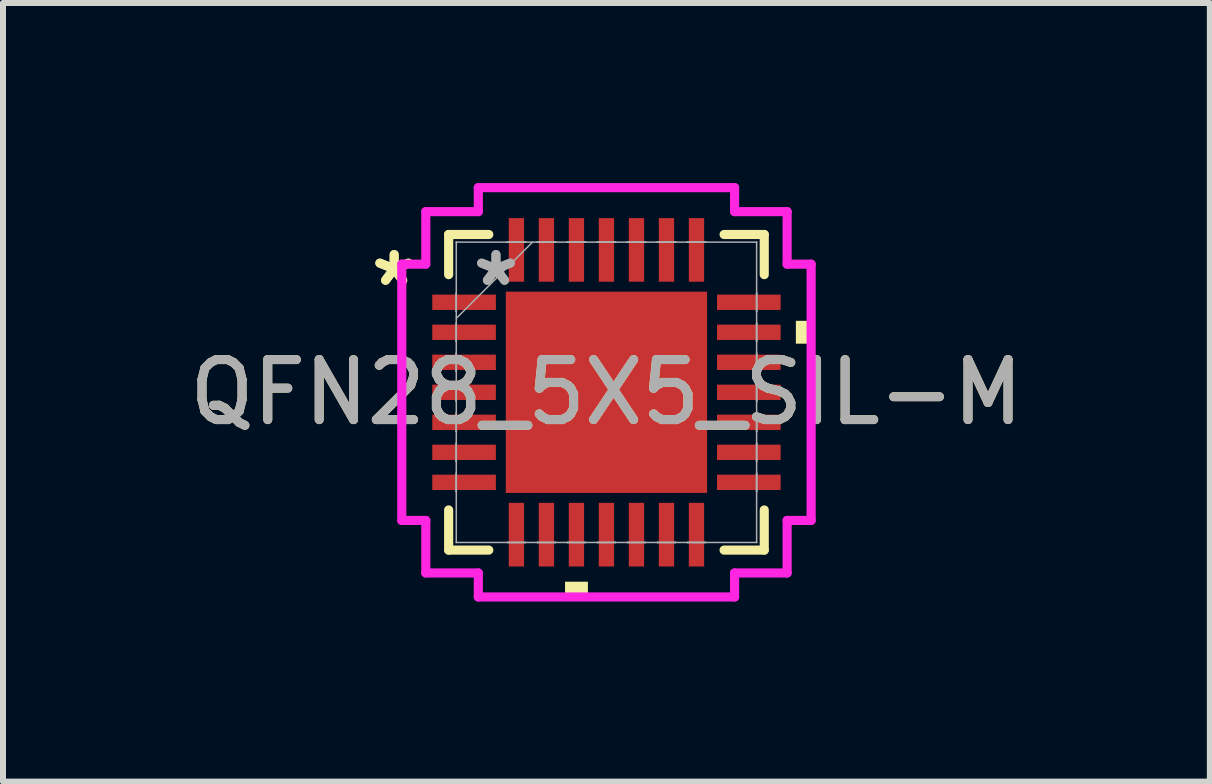
<source format=kicad_pcb>
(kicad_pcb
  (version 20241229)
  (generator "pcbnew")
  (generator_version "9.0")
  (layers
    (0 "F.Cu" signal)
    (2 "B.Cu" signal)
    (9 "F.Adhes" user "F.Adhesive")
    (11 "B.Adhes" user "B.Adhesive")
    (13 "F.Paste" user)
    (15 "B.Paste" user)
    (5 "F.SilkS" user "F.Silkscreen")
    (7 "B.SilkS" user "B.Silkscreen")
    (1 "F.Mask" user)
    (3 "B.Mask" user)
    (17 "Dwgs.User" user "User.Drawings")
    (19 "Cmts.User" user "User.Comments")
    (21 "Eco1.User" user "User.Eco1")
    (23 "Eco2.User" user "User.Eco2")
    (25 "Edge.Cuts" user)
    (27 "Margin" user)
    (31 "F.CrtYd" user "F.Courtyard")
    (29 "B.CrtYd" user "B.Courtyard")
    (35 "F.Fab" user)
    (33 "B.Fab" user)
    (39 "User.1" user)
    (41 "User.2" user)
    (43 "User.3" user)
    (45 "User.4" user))
  (footprint "QFN28_5X5_SIL-M"
    (layer "F.Cu")
    (at 7.054 3.486)
    (property "Reference" "QFN28_5X5_SIL-M" (at 0 0 0) (unlocked yes) (layer "F.SilkS") (effects (font (size 1 1) (thickness 0.15))))
    (attr smd)
    (fp_line (start -2.629 -2.629) (end -2.629 -1.96) (stroke (width 0.152) (type solid)) (layer "F.SilkS"))
    (fp_line (start -2.629 1.96) (end -2.629 2.629) (stroke (width 0.152) (type solid)) (layer "F.SilkS"))
    (fp_line (start -2.629 2.629) (end -1.96 2.629) (stroke (width 0.152) (type solid)) (layer "F.SilkS"))
    (fp_line (start -1.96 -2.629) (end -2.629 -2.629) (stroke (width 0.152) (type solid)) (layer "F.SilkS"))
    (fp_line (start 1.96 2.629) (end 2.629 2.629) (stroke (width 0.152) (type solid)) (layer "F.SilkS"))
    (fp_line (start 2.629 -2.629) (end 1.96 -2.629) (stroke (width 0.152) (type solid)) (layer "F.SilkS"))
    (fp_line (start 2.629 -1.96) (end 2.629 -2.629) (stroke (width 0.152) (type solid)) (layer "F.SilkS"))
    (fp_line (start 2.629 2.629) (end 2.629 1.96) (stroke (width 0.152) (type solid)) (layer "F.SilkS"))
    (fp_poly (pts (xy -0.69 3.156) (xy -0.69 3.41) (xy -0.309 3.41) (xy -0.309 3.156)) (stroke (width 0) (type solid)) (fill yes) (layer "F.SilkS"))
    (fp_poly (pts (xy 3.41 -1.191) (xy 3.41 -0.81) (xy 3.156 -0.81) (xy 3.156 -1.191)) (stroke (width 0) (type solid)) (fill yes) (layer "F.SilkS"))
    (fp_poly (pts (xy -1.576 -1.576) (xy -1.576 -0.1) (xy -0.1 -0.1) (xy -0.1 -1.576)) (stroke (width 0) (type solid)) (fill yes) (layer "F.Paste"))
    (fp_poly (pts (xy -1.576 0.1) (xy -1.576 1.576) (xy -0.1 1.576) (xy -0.1 0.1)) (stroke (width 0) (type solid)) (fill yes) (layer "F.Paste"))
    (fp_poly (pts (xy 0.1 -1.576) (xy 0.1 -0.1) (xy 1.576 -0.1) (xy 1.576 -1.576)) (stroke (width 0) (type solid)) (fill yes) (layer "F.Paste"))
    (fp_poly (pts (xy 0.1 0.1) (xy 0.1 1.576) (xy 1.576 1.576) (xy 1.576 0.1)) (stroke (width 0) (type solid)) (fill yes) (layer "F.Paste"))
    (fp_line (start -3.41 -2.135) (end -3.01 -2.135) (stroke (width 0.152) (type solid)) (layer "F.CrtYd"))
    (fp_line (start -3.41 2.135) (end -3.41 -2.135) (stroke (width 0.152) (type solid)) (layer "F.CrtYd"))
    (fp_line (start -3.01 -3.01) (end -2.135 -3.01) (stroke (width 0.152) (type solid)) (layer "F.CrtYd"))
    (fp_line (start -3.01 -2.135) (end -3.01 -3.01) (stroke (width 0.152) (type solid)) (layer "F.CrtYd"))
    (fp_line (start -3.01 2.135) (end -3.41 2.135) (stroke (width 0.152) (type solid)) (layer "F.CrtYd"))
    (fp_line (start -3.01 3.01) (end -3.01 2.135) (stroke (width 0.152) (type solid)) (layer "F.CrtYd"))
    (fp_line (start -2.135 -3.41) (end 2.135 -3.41) (stroke (width 0.152) (type solid)) (layer "F.CrtYd"))
    (fp_line (start -2.135 -3.01) (end -2.135 -3.41) (stroke (width 0.152) (type solid)) (layer "F.CrtYd"))
    (fp_line (start -2.135 3.01) (end -3.01 3.01) (stroke (width 0.152) (type solid)) (layer "F.CrtYd"))
    (fp_line (start -2.135 3.41) (end -2.135 3.01) (stroke (width 0.152) (type solid)) (layer "F.CrtYd"))
    (fp_line (start 2.135 -3.41) (end 2.135 -3.01) (stroke (width 0.152) (type solid)) (layer "F.CrtYd"))
    (fp_line (start 2.135 -3.01) (end 3.01 -3.01) (stroke (width 0.152) (type solid)) (layer "F.CrtYd"))
    (fp_line (start 2.135 3.01) (end 2.135 3.41) (stroke (width 0.152) (type solid)) (layer "F.CrtYd"))
    (fp_line (start 2.135 3.41) (end -2.135 3.41) (stroke (width 0.152) (type solid)) (layer "F.CrtYd"))
    (fp_line (start 3.01 -3.01) (end 3.01 -2.135) (stroke (width 0.152) (type solid)) (layer "F.CrtYd"))
    (fp_line (start 3.01 -2.135) (end 3.41 -2.135) (stroke (width 0.152) (type solid)) (layer "F.CrtYd"))
    (fp_line (start 3.01 2.135) (end 3.01 3.01) (stroke (width 0.152) (type solid)) (layer "F.CrtYd"))
    (fp_line (start 3.01 3.01) (end 2.135 3.01) (stroke (width 0.152) (type solid)) (layer "F.CrtYd"))
    (fp_line (start 3.41 -2.135) (end 3.41 2.135) (stroke (width 0.152) (type solid)) (layer "F.CrtYd"))
    (fp_line (start 3.41 2.135) (end 3.01 2.135) (stroke (width 0.152) (type solid)) (layer "F.CrtYd"))
    (fp_line (start -2.502 -2.502) (end -2.502 -2.502) (stroke (width 0.025) (type solid)) (layer "F.Fab"))
    (fp_line (start -2.502 -2.502) (end -2.502 2.502) (stroke (width 0.025) (type solid)) (layer "F.Fab"))
    (fp_line (start -2.502 -1.652) (end -2.502 -1.652) (stroke (width 0.025) (type solid)) (layer "F.Fab"))
    (fp_line (start -2.502 -1.652) (end -2.502 -1.348) (stroke (width 0.025) (type solid)) (layer "F.Fab"))
    (fp_line (start -2.502 -1.348) (end -2.502 -1.652) (stroke (width 0.025) (type solid)) (layer "F.Fab"))
    (fp_line (start -2.502 -1.348) (end -2.502 -1.348) (stroke (width 0.025) (type solid)) (layer "F.Fab"))
    (fp_line (start -2.502 -1.232) (end -1.232 -2.502) (stroke (width 0.025) (type solid)) (layer "F.Fab"))
    (fp_line (start -2.502 -1.152) (end -2.502 -1.152) (stroke (width 0.025) (type solid)) (layer "F.Fab"))
    (fp_line (start -2.502 -1.152) (end -2.502 -0.848) (stroke (width 0.025) (type solid)) (layer "F.Fab"))
    (fp_line (start -2.502 -0.848) (end -2.502 -1.152) (stroke (width 0.025) (type solid)) (layer "F.Fab"))
    (fp_line (start -2.502 -0.848) (end -2.502 -0.848) (stroke (width 0.025) (type solid)) (layer "F.Fab"))
    (fp_line (start -2.502 -0.652) (end -2.502 -0.652) (stroke (width 0.025) (type solid)) (layer "F.Fab"))
    (fp_line (start -2.502 -0.652) (end -2.502 -0.348) (stroke (width 0.025) (type solid)) (layer "F.Fab"))
    (fp_line (start -2.502 -0.348) (end -2.502 -0.652) (stroke (width 0.025) (type solid)) (layer "F.Fab"))
    (fp_line (start -2.502 -0.348) (end -2.502 -0.348) (stroke (width 0.025) (type solid)) (layer "F.Fab"))
    (fp_line (start -2.502 -0.152) (end -2.502 -0.152) (stroke (width 0.025) (type solid)) (layer "F.Fab"))
    (fp_line (start -2.502 -0.152) (end -2.502 0.152) (stroke (width 0.025) (type solid)) (layer "F.Fab"))
    (fp_line (start -2.502 0.152) (end -2.502 -0.152) (stroke (width 0.025) (type solid)) (layer "F.Fab"))
    (fp_line (start -2.502 0.152) (end -2.502 0.152) (stroke (width 0.025) (type solid)) (layer "F.Fab"))
    (fp_line (start -2.502 0.348) (end -2.502 0.348) (stroke (width 0.025) (type solid)) (layer "F.Fab"))
    (fp_line (start -2.502 0.348) (end -2.502 0.652) (stroke (width 0.025) (type solid)) (layer "F.Fab"))
    (fp_line (start -2.502 0.652) (end -2.502 0.348) (stroke (width 0.025) (type solid)) (layer "F.Fab"))
    (fp_line (start -2.502 0.652) (end -2.502 0.652) (stroke (width 0.025) (type solid)) (layer "F.Fab"))
    (fp_line (start -2.502 0.848) (end -2.502 0.848) (stroke (width 0.025) (type solid)) (layer "F.Fab"))
    (fp_line (start -2.502 0.848) (end -2.502 1.152) (stroke (width 0.025) (type solid)) (layer "F.Fab"))
    (fp_line (start -2.502 1.152) (end -2.502 0.848) (stroke (width 0.025) (type solid)) (layer "F.Fab"))
    (fp_line (start -2.502 1.152) (end -2.502 1.152) (stroke (width 0.025) (type solid)) (layer "F.Fab"))
    (fp_line (start -2.502 1.348) (end -2.502 1.348) (stroke (width 0.025) (type solid)) (layer "F.Fab"))
    (fp_line (start -2.502 1.348) (end -2.502 1.652) (stroke (width 0.025) (type solid)) (layer "F.Fab"))
    (fp_line (start -2.502 1.652) (end -2.502 1.348) (stroke (width 0.025) (type solid)) (layer "F.Fab"))
    (fp_line (start -2.502 1.652) (end -2.502 1.652) (stroke (width 0.025) (type solid)) (layer "F.Fab"))
    (fp_line (start -2.502 2.502) (end -2.502 2.502) (stroke (width 0.025) (type solid)) (layer "F.Fab"))
    (fp_line (start -2.502 2.502) (end 2.502 2.502) (stroke (width 0.025) (type solid)) (layer "F.Fab"))
    (fp_line (start -1.652 -2.502) (end -1.652 -2.502) (stroke (width 0.025) (type solid)) (layer "F.Fab"))
    (fp_line (start -1.652 -2.502) (end -1.348 -2.502) (stroke (width 0.025) (type solid)) (layer "F.Fab"))
    (fp_line (start -1.652 2.502) (end -1.652 2.502) (stroke (width 0.025) (type solid)) (layer "F.Fab"))
    (fp_line (start -1.652 2.502) (end -1.348 2.502) (stroke (width 0.025) (type solid)) (layer "F.Fab"))
    (fp_line (start -1.348 -2.502) (end -1.652 -2.502) (stroke (width 0.025) (type solid)) (layer "F.Fab"))
    (fp_line (start -1.348 -2.502) (end -1.348 -2.502) (stroke (width 0.025) (type solid)) (layer "F.Fab"))
    (fp_line (start -1.348 2.502) (end -1.652 2.502) (stroke (width 0.025) (type solid)) (layer "F.Fab"))
    (fp_line (start -1.348 2.502) (end -1.348 2.502) (stroke (width 0.025) (type solid)) (layer "F.Fab"))
    (fp_line (start -1.152 -2.502) (end -1.152 -2.502) (stroke (width 0.025) (type solid)) (layer "F.Fab"))
    (fp_line (start -1.152 -2.502) (end -0.848 -2.502) (stroke (width 0.025) (type solid)) (layer "F.Fab"))
    (fp_line (start -1.152 2.502) (end -1.152 2.502) (stroke (width 0.025) (type solid)) (layer "F.Fab"))
    (fp_line (start -1.152 2.502) (end -0.848 2.502) (stroke (width 0.025) (type solid)) (layer "F.Fab"))
    (fp_line (start -0.848 -2.502) (end -1.152 -2.502) (stroke (width 0.025) (type solid)) (layer "F.Fab"))
    (fp_line (start -0.848 -2.502) (end -0.848 -2.502) (stroke (width 0.025) (type solid)) (layer "F.Fab"))
    (fp_line (start -0.848 2.502) (end -1.152 2.502) (stroke (width 0.025) (type solid)) (layer "F.Fab"))
    (fp_line (start -0.848 2.502) (end -0.848 2.502) (stroke (width 0.025) (type solid)) (layer "F.Fab"))
    (fp_line (start -0.652 -2.502) (end -0.652 -2.502) (stroke (width 0.025) (type solid)) (layer "F.Fab"))
    (fp_line (start -0.652 -2.502) (end -0.348 -2.502) (stroke (width 0.025) (type solid)) (layer "F.Fab"))
    (fp_line (start -0.652 2.502) (end -0.652 2.502) (stroke (width 0.025) (type solid)) (layer "F.Fab"))
    (fp_line (start -0.652 2.502) (end -0.348 2.502) (stroke (width 0.025) (type solid)) (layer "F.Fab"))
    (fp_line (start -0.348 -2.502) (end -0.652 -2.502) (stroke (width 0.025) (type solid)) (layer "F.Fab"))
    (fp_line (start -0.348 -2.502) (end -0.348 -2.502) (stroke (width 0.025) (type solid)) (layer "F.Fab"))
    (fp_line (start -0.348 2.502) (end -0.652 2.502) (stroke (width 0.025) (type solid)) (layer "F.Fab"))
    (fp_line (start -0.348 2.502) (end -0.348 2.502) (stroke (width 0.025) (type solid)) (layer "F.Fab"))
    (fp_line (start -0.152 -2.502) (end -0.152 -2.502) (stroke (width 0.025) (type solid)) (layer "F.Fab"))
    (fp_line (start -0.152 -2.502) (end 0.152 -2.502) (stroke (width 0.025) (type solid)) (layer "F.Fab"))
    (fp_line (start -0.152 2.502) (end -0.152 2.502) (stroke (width 0.025) (type solid)) (layer "F.Fab"))
    (fp_line (start -0.152 2.502) (end 0.152 2.502) (stroke (width 0.025) (type solid)) (layer "F.Fab"))
    (fp_line (start 0.152 -2.502) (end -0.152 -2.502) (stroke (width 0.025) (type solid)) (layer "F.Fab"))
    (fp_line (start 0.152 -2.502) (end 0.152 -2.502) (stroke (width 0.025) (type solid)) (layer "F.Fab"))
    (fp_line (start 0.152 2.502) (end -0.152 2.502) (stroke (width 0.025) (type solid)) (layer "F.Fab"))
    (fp_line (start 0.152 2.502) (end 0.152 2.502) (stroke (width 0.025) (type solid)) (layer "F.Fab"))
    (fp_line (start 0.348 -2.502) (end 0.348 -2.502) (stroke (width 0.025) (type solid)) (layer "F.Fab"))
    (fp_line (start 0.348 -2.502) (end 0.652 -2.502) (stroke (width 0.025) (type solid)) (layer "F.Fab"))
    (fp_line (start 0.348 2.502) (end 0.348 2.502) (stroke (width 0.025) (type solid)) (layer "F.Fab"))
    (fp_line (start 0.348 2.502) (end 0.652 2.502) (stroke (width 0.025) (type solid)) (layer "F.Fab"))
    (fp_line (start 0.652 -2.502) (end 0.348 -2.502) (stroke (width 0.025) (type solid)) (layer "F.Fab"))
    (fp_line (start 0.652 -2.502) (end 0.652 -2.502) (stroke (width 0.025) (type solid)) (layer "F.Fab"))
    (fp_line (start 0.652 2.502) (end 0.348 2.502) (stroke (width 0.025) (type solid)) (layer "F.Fab"))
    (fp_line (start 0.652 2.502) (end 0.652 2.502) (stroke (width 0.025) (type solid)) (layer "F.Fab"))
    (fp_line (start 0.848 -2.502) (end 0.848 -2.502) (stroke (width 0.025) (type solid)) (layer "F.Fab"))
    (fp_line (start 0.848 -2.502) (end 1.152 -2.502) (stroke (width 0.025) (type solid)) (layer "F.Fab"))
    (fp_line (start 0.848 2.502) (end 0.848 2.502) (stroke (width 0.025) (type solid)) (layer "F.Fab"))
    (fp_line (start 0.848 2.502) (end 1.152 2.502) (stroke (width 0.025) (type solid)) (layer "F.Fab"))
    (fp_line (start 1.152 -2.502) (end 0.848 -2.502) (stroke (width 0.025) (type solid)) (layer "F.Fab"))
    (fp_line (start 1.152 -2.502) (end 1.152 -2.502) (stroke (width 0.025) (type solid)) (layer "F.Fab"))
    (fp_line (start 1.152 2.502) (end 0.848 2.502) (stroke (width 0.025) (type solid)) (layer "F.Fab"))
    (fp_line (start 1.152 2.502) (end 1.152 2.502) (stroke (width 0.025) (type solid)) (layer "F.Fab"))
    (fp_line (start 1.348 -2.502) (end 1.348 -2.502) (stroke (width 0.025) (type solid)) (layer "F.Fab"))
    (fp_line (start 1.348 -2.502) (end 1.652 -2.502) (stroke (width 0.025) (type solid)) (layer "F.Fab"))
    (fp_line (start 1.348 2.502) (end 1.348 2.502) (stroke (width 0.025) (type solid)) (layer "F.Fab"))
    (fp_line (start 1.348 2.502) (end 1.652 2.502) (stroke (width 0.025) (type solid)) (layer "F.Fab"))
    (fp_line (start 1.652 -2.502) (end 1.348 -2.502) (stroke (width 0.025) (type solid)) (layer "F.Fab"))
    (fp_line (start 1.652 -2.502) (end 1.652 -2.502) (stroke (width 0.025) (type solid)) (layer "F.Fab"))
    (fp_line (start 1.652 2.502) (end 1.348 2.502) (stroke (width 0.025) (type solid)) (layer "F.Fab"))
    (fp_line (start 1.652 2.502) (end 1.652 2.502) (stroke (width 0.025) (type solid)) (layer "F.Fab"))
    (fp_line (start 2.502 -2.502) (end -2.502 -2.502) (stroke (width 0.025) (type solid)) (layer "F.Fab"))
    (fp_line (start 2.502 -2.502) (end 2.502 -2.502) (stroke (width 0.025) (type solid)) (layer "F.Fab"))
    (fp_line (start 2.502 -1.652) (end 2.502 -1.652) (stroke (width 0.025) (type solid)) (layer "F.Fab"))
    (fp_line (start 2.502 -1.652) (end 2.502 -1.348) (stroke (width 0.025) (type solid)) (layer "F.Fab"))
    (fp_line (start 2.502 -1.348) (end 2.502 -1.652) (stroke (width 0.025) (type solid)) (layer "F.Fab"))
    (fp_line (start 2.502 -1.348) (end 2.502 -1.348) (stroke (width 0.025) (type solid)) (layer "F.Fab"))
    (fp_line (start 2.502 -1.152) (end 2.502 -1.152) (stroke (width 0.025) (type solid)) (layer "F.Fab"))
    (fp_line (start 2.502 -1.152) (end 2.502 -0.848) (stroke (width 0.025) (type solid)) (layer "F.Fab"))
    (fp_line (start 2.502 -0.848) (end 2.502 -1.152) (stroke (width 0.025) (type solid)) (layer "F.Fab"))
    (fp_line (start 2.502 -0.848) (end 2.502 -0.848) (stroke (width 0.025) (type solid)) (layer "F.Fab"))
    (fp_line (start 2.502 -0.652) (end 2.502 -0.652) (stroke (width 0.025) (type solid)) (layer "F.Fab"))
    (fp_line (start 2.502 -0.652) (end 2.502 -0.348) (stroke (width 0.025) (type solid)) (layer "F.Fab"))
    (fp_line (start 2.502 -0.348) (end 2.502 -0.652) (stroke (width 0.025) (type solid)) (layer "F.Fab"))
    (fp_line (start 2.502 -0.348) (end 2.502 -0.348) (stroke (width 0.025) (type solid)) (layer "F.Fab"))
    (fp_line (start 2.502 -0.152) (end 2.502 -0.152) (stroke (width 0.025) (type solid)) (layer "F.Fab"))
    (fp_line (start 2.502 -0.152) (end 2.502 0.152) (stroke (width 0.025) (type solid)) (layer "F.Fab"))
    (fp_line (start 2.502 0.152) (end 2.502 -0.152) (stroke (width 0.025) (type solid)) (layer "F.Fab"))
    (fp_line (start 2.502 0.152) (end 2.502 0.152) (stroke (width 0.025) (type solid)) (layer "F.Fab"))
    (fp_line (start 2.502 0.348) (end 2.502 0.348) (stroke (width 0.025) (type solid)) (layer "F.Fab"))
    (fp_line (start 2.502 0.348) (end 2.502 0.652) (stroke (width 0.025) (type solid)) (layer "F.Fab"))
    (fp_line (start 2.502 0.652) (end 2.502 0.348) (stroke (width 0.025) (type solid)) (layer "F.Fab"))
    (fp_line (start 2.502 0.652) (end 2.502 0.652) (stroke (width 0.025) (type solid)) (layer "F.Fab"))
    (fp_line (start 2.502 0.848) (end 2.502 0.848) (stroke (width 0.025) (type solid)) (layer "F.Fab"))
    (fp_line (start 2.502 0.848) (end 2.502 1.152) (stroke (width 0.025) (type solid)) (layer "F.Fab"))
    (fp_line (start 2.502 1.152) (end 2.502 0.848) (stroke (width 0.025) (type solid)) (layer "F.Fab"))
    (fp_line (start 2.502 1.152) (end 2.502 1.152) (stroke (width 0.025) (type solid)) (layer "F.Fab"))
    (fp_line (start 2.502 1.348) (end 2.502 1.348) (stroke (width 0.025) (type solid)) (layer "F.Fab"))
    (fp_line (start 2.502 1.348) (end 2.502 1.652) (stroke (width 0.025) (type solid)) (layer "F.Fab"))
    (fp_line (start 2.502 1.652) (end 2.502 1.348) (stroke (width 0.025) (type solid)) (layer "F.Fab"))
    (fp_line (start 2.502 1.652) (end 2.502 1.652) (stroke (width 0.025) (type solid)) (layer "F.Fab"))
    (fp_line (start 2.502 2.502) (end 2.502 -2.502) (stroke (width 0.025) (type solid)) (layer "F.Fab"))
    (fp_line (start 2.502 2.502) (end 2.502 2.502) (stroke (width 0.025) (type solid)) (layer "F.Fab"))
    (fp_text user "*" (at -3.537 -1.75 0) (layer "F.SilkS") (effects (font (size 1 1) (thickness 0.15))))
    (fp_text user "*" (at -3.537 -1.75 0) (unlocked yes) (layer "F.SilkS") (effects (font (size 1 1) (thickness 0.15))))
    (fp_text user "${REFERENCE}" (at 0 0 0) (unlocked yes) (layer "F.Fab") (effects (font (size 1 1) (thickness 0.15))))
    (fp_text user "*" (at -1.841 -1.75 0) (unlocked yes) (layer "F.Fab") (effects (font (size 1 1) (thickness 0.15))))
    (fp_text user "*" (at -1.841 -1.75 0) (layer "F.Fab") (effects (font (size 1 1) (thickness 0.15))))
    (pad "1" smd rect (at -2.372 -1.5 90) (size 0.255 1.06) (layers "F.Cu" "F.Mask" "F.Paste"))
    (pad "2" smd rect (at -2.372 -1 90) (size 0.255 1.06) (layers "F.Cu" "F.Mask" "F.Paste"))
    (pad "3" smd rect (at -2.372 -0.5 90) (size 0.255 1.06) (layers "F.Cu" "F.Mask" "F.Paste"))
    (pad "4" smd rect (at -2.372 0 90) (size 0.255 1.06) (layers "F.Cu" "F.Mask" "F.Paste"))
    (pad "5" smd rect (at -2.372 0.5 90) (size 0.255 1.06) (layers "F.Cu" "F.Mask" "F.Paste"))
    (pad "6" smd rect (at -2.372 1 90) (size 0.255 1.06) (layers "F.Cu" "F.Mask" "F.Paste"))
    (pad "7" smd rect (at -2.372 1.5 90) (size 0.255 1.06) (layers "F.Cu" "F.Mask" "F.Paste"))
    (pad "8" smd rect (at -1.5 2.372) (size 0.255 1.06) (layers "F.Cu" "F.Mask" "F.Paste"))
    (pad "9" smd rect (at -1 2.372) (size 0.255 1.06) (layers "F.Cu" "F.Mask" "F.Paste"))
    (pad "10" smd rect (at -0.5 2.372) (size 0.255 1.06) (layers "F.Cu" "F.Mask" "F.Paste"))
    (pad "11" smd rect (at 0 2.372) (size 0.255 1.06) (layers "F.Cu" "F.Mask" "F.Paste"))
    (pad "12" smd rect (at 0.5 2.372) (size 0.255 1.06) (layers "F.Cu" "F.Mask" "F.Paste"))
    (pad "13" smd rect (at 1 2.372) (size 0.255 1.06) (layers "F.Cu" "F.Mask" "F.Paste"))
    (pad "14" smd rect (at 1.5 2.372) (size 0.255 1.06) (layers "F.Cu" "F.Mask" "F.Paste"))
    (pad "15" smd rect (at 2.372 1.5 90) (size 0.255 1.06) (layers "F.Cu" "F.Mask" "F.Paste"))
    (pad "16" smd rect (at 2.372 1 90) (size 0.255 1.06) (layers "F.Cu" "F.Mask" "F.Paste"))
    (pad "17" smd rect (at 2.372 0.5 90) (size 0.255 1.06) (layers "F.Cu" "F.Mask" "F.Paste"))
    (pad "18" smd rect (at 2.372 0 90) (size 0.255 1.06) (layers "F.Cu" "F.Mask" "F.Paste"))
    (pad "19" smd rect (at 2.372 -0.5 90) (size 0.255 1.06) (layers "F.Cu" "F.Mask" "F.Paste"))
    (pad "20" smd rect (at 2.372 -1 90) (size 0.255 1.06) (layers "F.Cu" "F.Mask" "F.Paste"))
    (pad "21" smd rect (at 2.372 -1.5 90) (size 0.255 1.06) (layers "F.Cu" "F.Mask" "F.Paste"))
    (pad "22" smd rect (at 1.5 -2.372) (size 0.255 1.06) (layers "F.Cu" "F.Mask" "F.Paste"))
    (pad "23" smd rect (at 1 -2.372) (size 0.255 1.06) (layers "F.Cu" "F.Mask" "F.Paste"))
    (pad "24" smd rect (at 0.5 -2.372) (size 0.255 1.06) (layers "F.Cu" "F.Mask" "F.Paste"))
    (pad "25" smd rect (at 0 -2.372) (size 0.255 1.06) (layers "F.Cu" "F.Mask" "F.Paste"))
    (pad "26" smd rect (at -0.5 -2.372) (size 0.255 1.06) (layers "F.Cu" "F.Mask" "F.Paste"))
    (pad "27" smd rect (at -1 -2.372) (size 0.255 1.06) (layers "F.Cu" "F.Mask" "F.Paste"))
    (pad "28" smd rect (at -1.5 -2.372) (size 0.255 1.06) (layers "F.Cu" "F.Mask" "F.Paste"))
    (pad "29" smd rect (at 0 0) (size 3.353 3.353) (layers "F.Cu" "F.Mask" "F.Paste")))
  (gr_rect
    (start -3 -3)
    (end 17.107 9.972)
    (stroke (width 0.1) (type default))
    (fill no)
    (layer "Edge.Cuts")))
</source>
